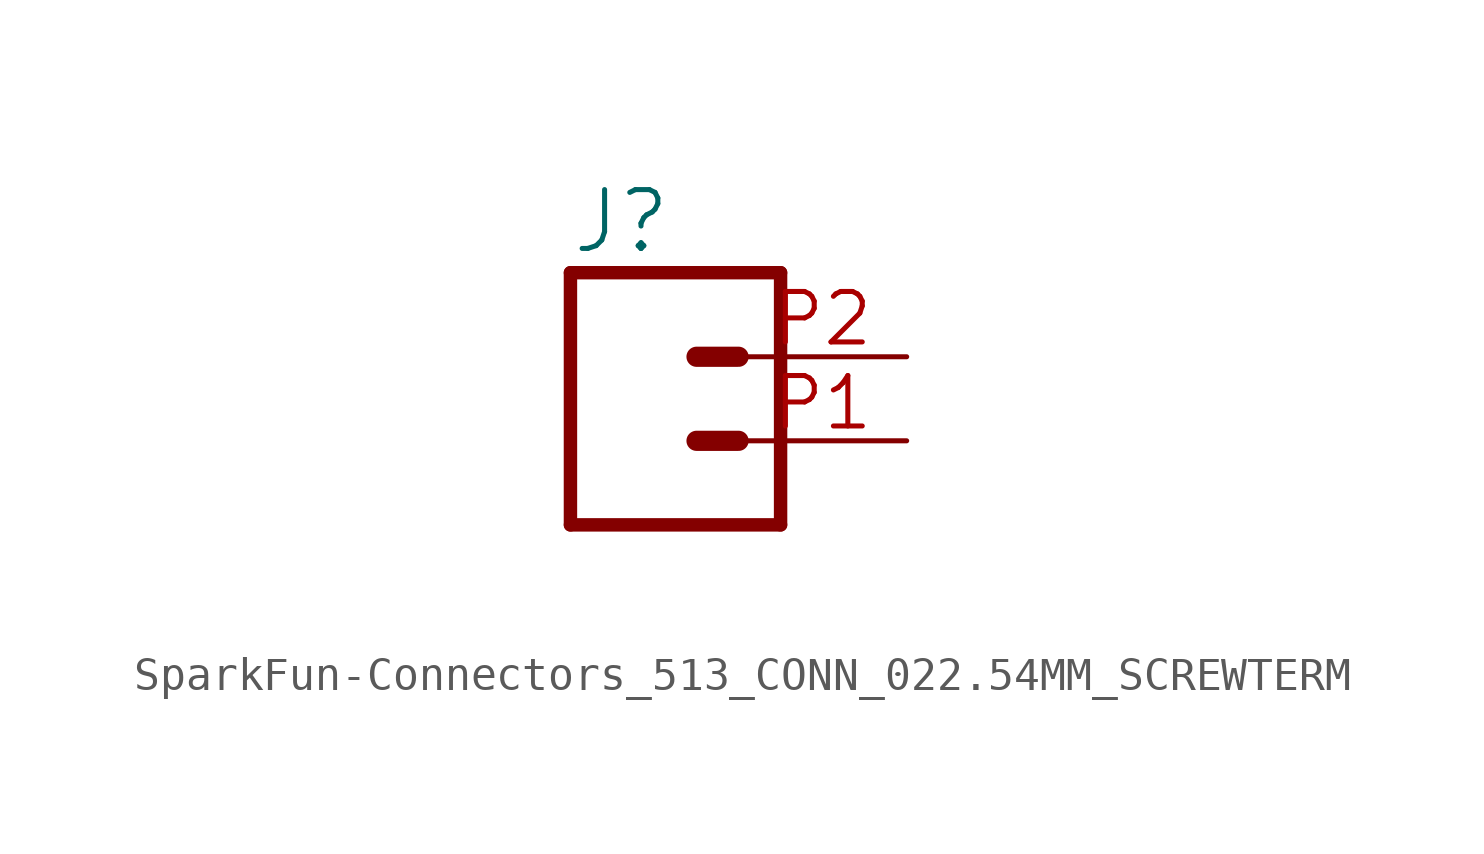
<source format=kicad_sym>
(kicad_symbol_lib
  (version 20241209)
  (generator "kicad_symbol_editor")
  (generator_version "9.0")
  (symbol "SparkFun-Connectors_513_CONN_022.54MM_SCREWTERM"
    (property "Reference" "J"
      (at -2.54 5.588 0)
      (effects (font (size 1.778 1.778)) (justify left bottom)))
    (property "Value" ""
      (at -2.54 -4.826 0)
      (effects (font (size 1.778 1.778)) (justify left bottom)))
    (property "ki_locked" ""
      (at 0 0 0)
      (effects (font (size 1.27 1.27))))
    (symbol "SparkFun-Connectors_513_CONN_022.54MM_SCREWTERM_1_0"
      (polyline (pts (xy -2.54 5.08) (xy -2.54 -2.54)) (stroke (width 0.406) (type solid)) (fill (type none)))
      (polyline (pts (xy -2.54 5.08) (xy 3.81 5.08)) (stroke (width 0.406) (type solid)) (fill (type none)))
      (polyline (pts (xy 1.27 2.54) (xy 2.54 2.54)) (stroke (width 0.61) (type solid)) (fill (type none)))
      (polyline (pts (xy 1.27 0) (xy 2.54 0)) (stroke (width 0.61) (type solid)) (fill (type none)))
      (polyline (pts (xy 3.81 -2.54) (xy -2.54 -2.54)) (stroke (width 0.406) (type solid)) (fill (type none)))
      (polyline (pts (xy 3.81 -2.54) (xy 3.81 5.08)) (stroke (width 0.406) (type solid)) (fill (type none)))
      (pin passive line (at 7.62 2.54 180) (length 5.08) (name "2" (effects (font (size 0 0)))) (number "P2" (effects (font (size 1.524 1.524)))))
      (pin passive line (at 7.62 0 180) (length 5.08) (name "1" (effects (font (size 0 0)))) (number "P1" (effects (font (size 1.524 1.524))))))))
</source>
